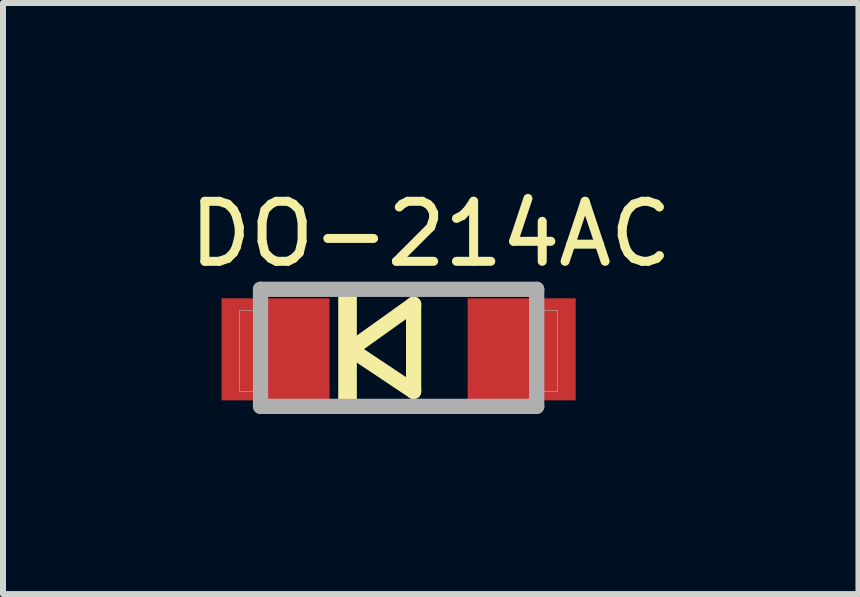
<source format=kicad_pcb>
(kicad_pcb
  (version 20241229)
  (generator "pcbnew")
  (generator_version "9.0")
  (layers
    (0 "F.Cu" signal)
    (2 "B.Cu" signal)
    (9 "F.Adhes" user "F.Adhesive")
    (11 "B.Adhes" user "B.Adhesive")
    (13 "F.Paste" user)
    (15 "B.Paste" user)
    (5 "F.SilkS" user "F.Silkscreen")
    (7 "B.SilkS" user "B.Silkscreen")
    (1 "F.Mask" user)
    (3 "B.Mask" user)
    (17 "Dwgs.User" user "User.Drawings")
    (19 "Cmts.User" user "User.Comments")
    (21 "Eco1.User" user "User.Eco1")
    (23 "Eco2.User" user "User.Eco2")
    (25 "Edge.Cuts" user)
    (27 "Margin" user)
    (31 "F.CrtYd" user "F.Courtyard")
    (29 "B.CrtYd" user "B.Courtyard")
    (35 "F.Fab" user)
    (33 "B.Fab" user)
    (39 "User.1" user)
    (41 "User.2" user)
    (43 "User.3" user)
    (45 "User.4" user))
  (footprint "DO-214AC"
    (layer "F.Cu")
    (at 3.59 2.769)
    (property "Reference" "DO-214AC" (at 0.535 -1.921 0) (layer "F.SilkS") (effects (font (size 1 1) (thickness 0.15))))
    (attr smd)
    (fp_line (start -0.8 0) (end 0.25 -0.75) (stroke (width 0.254) (type solid)) (layer "F.SilkS"))
    (fp_line (start 0.25 -0.75) (end 0.25 0.7) (stroke (width 0.254) (type solid)) (layer "F.SilkS"))
    (fp_line (start 0.25 0.7) (end -0.8 0) (stroke (width 0.254) (type solid)) (layer "F.SilkS"))
    (fp_poly (pts (xy -1 -1.05) (xy -0.7 -1.05) (xy -0.7 1.05) (xy -1 1.05)) (stroke (width 0.01) (type solid)) (fill yes) (layer "F.SilkS"))
    (fp_line (start -2.3 -1) (end 2.3 -1) (stroke (width 0.254) (type solid)) (layer "F.Fab"))
    (fp_line (start -2.3 0.95) (end -2.3 -1) (stroke (width 0.254) (type solid)) (layer "F.Fab"))
    (fp_line (start 2.3 -1) (end 2.3 0.95) (stroke (width 0.254) (type solid)) (layer "F.Fab"))
    (fp_line (start 2.3 0.95) (end -2.3 0.95) (stroke (width 0.254) (type solid)) (layer "F.Fab"))
    (fp_poly (pts (xy -2.65 -0.65) (xy -2.4 -0.65) (xy -2.4 0.7) (xy -2.65 0.7)) (stroke (width 0.01) (type solid)) (fill no) (layer "F.Fab"))
    (fp_poly (pts (xy 2.4 -0.65) (xy 2.65 -0.65) (xy 2.65 0.7) (xy 2.4 0.7)) (stroke (width 0.01) (type solid)) (fill no) (layer "F.Fab"))
    (pad "A" smd rect (at 2.05 0) (size 1.8 1.7) (layers "F.Cu" "F.Mask" "F.Paste"))
    (pad "C" smd rect (at -2.05 0) (size 1.8 1.7) (layers "F.Cu" "F.Mask" "F.Paste")))
  (gr_rect
    (start -3 -3)
    (end 11.25 6.846)
    (stroke (width 0.1) (type default))
    (fill no)
    (layer "Edge.Cuts")))
</source>
